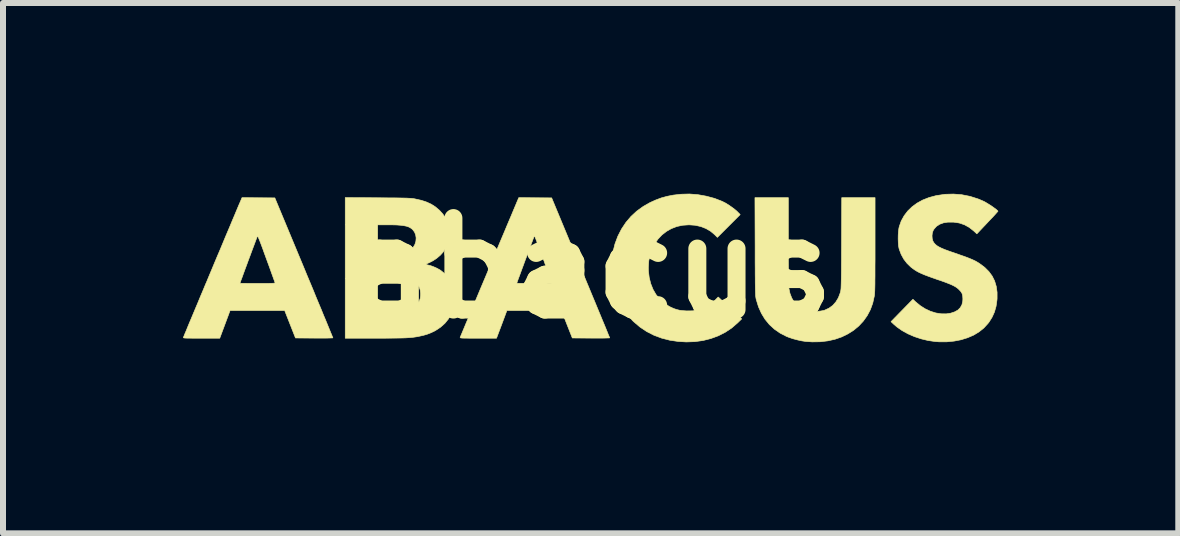
<source format=kicad_pcb>
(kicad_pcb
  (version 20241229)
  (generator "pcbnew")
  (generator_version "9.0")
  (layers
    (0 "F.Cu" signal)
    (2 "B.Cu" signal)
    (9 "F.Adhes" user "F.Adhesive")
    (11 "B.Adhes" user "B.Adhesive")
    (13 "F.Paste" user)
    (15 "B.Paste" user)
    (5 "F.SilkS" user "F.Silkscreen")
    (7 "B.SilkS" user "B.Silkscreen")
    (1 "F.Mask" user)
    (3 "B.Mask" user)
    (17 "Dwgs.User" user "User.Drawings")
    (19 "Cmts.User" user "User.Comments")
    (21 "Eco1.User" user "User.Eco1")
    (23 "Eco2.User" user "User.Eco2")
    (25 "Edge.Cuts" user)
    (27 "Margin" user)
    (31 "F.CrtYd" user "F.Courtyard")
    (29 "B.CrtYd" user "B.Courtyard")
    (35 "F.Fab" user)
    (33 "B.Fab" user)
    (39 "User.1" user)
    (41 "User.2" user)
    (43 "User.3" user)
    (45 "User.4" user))
  (footprint "abacus"
    (layer "F.Cu")
    (at 6.79 1.418)
    (property "Reference" "abacus" (at 0 0 0) (layer "F.SilkS") (effects (font (size 1.524 1.524) (thickness 0.3))))
    (attr through_hole)
    (fp_poly (pts (xy 1.786 -1.225) (xy 1.926 -1.2) (xy 2.064 -1.163) (xy 2.195 -1.112) (xy 2.198 -1.11) (xy 2.244 -1.087) (xy 2.295 -1.056) (xy 2.347 -1.02) (xy 2.396 -0.984) (xy 2.436 -0.95) (xy 2.447 -0.939) (xy 2.492 -0.893) (xy 2.302 -0.703) (xy 2.112 -0.513) (xy 2.065 -0.56) (xy 1.998 -0.616) (xy 1.921 -0.661) (xy 1.835 -0.694) (xy 1.742 -0.715) (xy 1.642 -0.722) (xy 1.635 -0.722) (xy 1.532 -0.715) (xy 1.435 -0.694) (xy 1.345 -0.659) (xy 1.262 -0.612) (xy 1.188 -0.554) (xy 1.123 -0.485) (xy 1.068 -0.406) (xy 1.023 -0.319) (xy 0.99 -0.224) (xy 0.969 -0.122) (xy 0.962 -0.014) (xy 0.963 0.044) (xy 0.976 0.155) (xy 1.002 0.259) (xy 1.04 0.354) (xy 1.09 0.44) (xy 1.151 0.516) (xy 1.224 0.581) (xy 1.306 0.635) (xy 1.337 0.651) (xy 1.389 0.674) (xy 1.437 0.69) (xy 1.487 0.702) (xy 1.543 0.708) (xy 1.596 0.712) (xy 1.698 0.711) (xy 1.792 0.697) (xy 1.878 0.67) (xy 1.957 0.629) (xy 2.03 0.574) (xy 2.074 0.533) (xy 2.126 0.48) (xy 2.321 0.662) (xy 2.517 0.845) (xy 2.447 0.913) (xy 2.35 0.997) (xy 2.243 1.068) (xy 2.127 1.127) (xy 2.004 1.172) (xy 1.874 1.205) (xy 1.737 1.224) (xy 1.594 1.229) (xy 1.459 1.221) (xy 1.318 1.2) (xy 1.182 1.165) (xy 1.054 1.117) (xy 0.933 1.055) (xy 0.821 0.98) (xy 0.718 0.892) (xy 0.698 0.873) (xy 0.608 0.771) (xy 0.53 0.661) (xy 0.466 0.541) (xy 0.414 0.413) (xy 0.377 0.277) (xy 0.371 0.252) (xy 0.365 0.218) (xy 0.36 0.187) (xy 0.357 0.155) (xy 0.355 0.118) (xy 0.354 0.073) (xy 0.353 0.017) (xy 0.353 -0.008) (xy 0.354 -0.069) (xy 0.354 -0.117) (xy 0.356 -0.157) (xy 0.359 -0.19) (xy 0.363 -0.222) (xy 0.369 -0.254) (xy 0.372 -0.269) (xy 0.406 -0.405) (xy 0.454 -0.533) (xy 0.515 -0.652) (xy 0.588 -0.762) (xy 0.672 -0.861) (xy 0.768 -0.95) (xy 0.876 -1.028) (xy 0.988 -1.092) (xy 1.085 -1.136) (xy 1.179 -1.171) (xy 1.274 -1.197) (xy 1.375 -1.217) (xy 1.486 -1.23) (xy 1.506 -1.232) (xy 1.645 -1.236) (xy 1.786 -1.225)) (stroke (width 0.01) (type solid)) (fill yes) (layer "F.SilkS"))
    (fp_poly (pts (xy 3.016 -1.175) (xy 3.294 -1.175) (xy 3.294 -0.45) (xy 3.294 -0.331) (xy 3.295 -0.218) (xy 3.295 -0.113) (xy 3.296 -0.017) (xy 3.296 0.069) (xy 3.297 0.145) (xy 3.298 0.21) (xy 3.299 0.262) (xy 3.3 0.3) (xy 3.302 0.324) (xy 3.302 0.329) (xy 3.321 0.419) (xy 3.351 0.497) (xy 3.392 0.565) (xy 3.443 0.622) (xy 3.504 0.667) (xy 3.574 0.699) (xy 3.616 0.711) (xy 3.663 0.718) (xy 3.719 0.721) (xy 3.777 0.72) (xy 3.833 0.714) (xy 3.882 0.705) (xy 3.901 0.699) (xy 3.972 0.666) (xy 4.035 0.62) (xy 4.086 0.562) (xy 4.128 0.493) (xy 4.158 0.413) (xy 4.164 0.393) (xy 4.166 0.383) (xy 4.168 0.371) (xy 4.17 0.357) (xy 4.172 0.339) (xy 4.173 0.317) (xy 4.174 0.289) (xy 4.175 0.255) (xy 4.176 0.213) (xy 4.177 0.163) (xy 4.178 0.104) (xy 4.179 0.033) (xy 4.179 -0.048) (xy 4.18 -0.142) (xy 4.18 -0.25) (xy 4.181 -0.372) (xy 4.181 -0.419) (xy 4.184 -1.175) (xy 4.739 -1.175) (xy 4.739 -0.391) (xy 4.739 -0.258) (xy 4.739 -0.141) (xy 4.738 -0.037) (xy 4.738 0.053) (xy 4.738 0.132) (xy 4.737 0.2) (xy 4.737 0.258) (xy 4.736 0.306) (xy 4.735 0.347) (xy 4.734 0.381) (xy 4.732 0.408) (xy 4.731 0.431) (xy 4.729 0.449) (xy 4.727 0.464) (xy 4.726 0.468) (xy 4.7 0.584) (xy 4.661 0.691) (xy 4.608 0.791) (xy 4.544 0.881) (xy 4.469 0.962) (xy 4.384 1.033) (xy 4.288 1.094) (xy 4.184 1.145) (xy 4.072 1.184) (xy 3.952 1.211) (xy 3.825 1.226) (xy 3.691 1.228) (xy 3.585 1.221) (xy 3.518 1.211) (xy 3.445 1.195) (xy 3.37 1.175) (xy 3.302 1.152) (xy 3.264 1.137) (xy 3.157 1.082) (xy 3.062 1.016) (xy 2.978 0.939) (xy 2.906 0.851) (xy 2.846 0.753) (xy 2.797 0.644) (xy 2.76 0.524) (xy 2.76 0.524) (xy 2.757 0.513) (xy 2.755 0.501) (xy 2.753 0.489) (xy 2.751 0.475) (xy 2.749 0.458) (xy 2.748 0.436) (xy 2.747 0.41) (xy 2.746 0.378) (xy 2.745 0.339) (xy 2.744 0.293) (xy 2.743 0.237) (xy 2.743 0.171) (xy 2.742 0.095) (xy 2.742 0.007) (xy 2.741 -0.094) (xy 2.741 -0.209) (xy 2.741 -0.338) (xy 2.741 -0.359) (xy 2.738 -1.175) (xy 3.016 -1.175)) (stroke (width 0.01) (type solid)) (fill yes) (layer "F.SilkS"))
    (fp_poly (pts (xy -5.534 -1.173) (xy -5.261 -1.171) (xy -4.777 -0.008) (xy -4.724 0.121) (xy -4.671 0.247) (xy -4.621 0.367) (xy -4.574 0.483) (xy -4.529 0.591) (xy -4.486 0.693) (xy -4.448 0.787) (xy -4.412 0.872) (xy -4.381 0.948) (xy -4.354 1.014) (xy -4.332 1.068) (xy -4.314 1.111) (xy -4.302 1.141) (xy -4.295 1.157) (xy -4.294 1.161) (xy -4.302 1.162) (xy -4.324 1.163) (xy -4.358 1.164) (xy -4.403 1.165) (xy -4.457 1.165) (xy -4.519 1.165) (xy -4.586 1.165) (xy -4.605 1.165) (xy -4.917 1.163) (xy -5.097 0.706) (xy -6.007 0.706) (xy -6.093 0.937) (xy -6.179 1.167) (xy -6.484 1.167) (xy -6.561 1.167) (xy -6.625 1.167) (xy -6.675 1.166) (xy -6.713 1.166) (xy -6.742 1.165) (xy -6.762 1.164) (xy -6.775 1.162) (xy -6.782 1.16) (xy -6.785 1.157) (xy -6.785 1.153) (xy -6.785 1.153) (xy -6.781 1.145) (xy -6.772 1.123) (xy -6.758 1.088) (xy -6.738 1.042) (xy -6.715 0.985) (xy -6.687 0.917) (xy -6.655 0.842) (xy -6.62 0.758) (xy -6.582 0.667) (xy -6.541 0.57) (xy -6.499 0.468) (xy -6.454 0.362) (xy -6.409 0.253) (xy -6.407 0.251) (xy -5.842 0.251) (xy -5.834 0.251) (xy -5.813 0.252) (xy -5.778 0.253) (xy -5.734 0.253) (xy -5.68 0.254) (xy -5.619 0.254) (xy -5.553 0.254) (xy -5.547 0.254) (xy -5.468 0.254) (xy -5.404 0.254) (xy -5.353 0.253) (xy -5.314 0.252) (xy -5.287 0.251) (xy -5.268 0.249) (xy -5.259 0.247) (xy -5.257 0.244) (xy -5.257 0.244) (xy -5.26 0.235) (xy -5.268 0.212) (xy -5.281 0.177) (xy -5.297 0.132) (xy -5.317 0.077) (xy -5.339 0.015) (xy -5.364 -0.054) (xy -5.391 -0.127) (xy -5.402 -0.157) (xy -5.436 -0.25) (xy -5.465 -0.331) (xy -5.491 -0.4) (xy -5.512 -0.455) (xy -5.529 -0.496) (xy -5.541 -0.523) (xy -5.548 -0.537) (xy -5.549 -0.537) (xy -5.553 -0.528) (xy -5.562 -0.506) (xy -5.575 -0.472) (xy -5.591 -0.429) (xy -5.61 -0.378) (xy -5.632 -0.32) (xy -5.655 -0.258) (xy -5.679 -0.193) (xy -5.704 -0.127) (xy -5.728 -0.061) (xy -5.752 0.003) (xy -5.774 0.063) (xy -5.794 0.118) (xy -5.811 0.165) (xy -5.826 0.204) (xy -5.836 0.232) (xy -5.841 0.248) (xy -5.842 0.251) (xy -6.407 0.251) (xy -6.362 0.142) (xy -6.315 0.03) (xy -6.268 -0.083) (xy -6.221 -0.195) (xy -6.174 -0.305) (xy -6.129 -0.413) (xy -6.086 -0.517) (xy -6.044 -0.616) (xy -6.004 -0.71) (xy -5.968 -0.797) (xy -5.934 -0.877) (xy -5.904 -0.949) (xy -5.878 -1.011) (xy -5.856 -1.063) (xy -5.838 -1.104) (xy -5.826 -1.132) (xy -5.824 -1.137) (xy -5.808 -1.175) (xy -5.534 -1.173)) (stroke (width 0.01) (type solid)) (fill yes) (layer "F.SilkS"))
    (fp_poly (pts (xy -0.923 -1.173) (xy -0.649 -1.171) (xy -0.166 -0.008) (xy -0.112 0.121) (xy -0.06 0.247) (xy -0.01 0.367) (xy 0.038 0.483) (xy 0.083 0.591) (xy 0.125 0.693) (xy 0.164 0.787) (xy 0.199 0.872) (xy 0.231 0.948) (xy 0.258 1.014) (xy 0.28 1.068) (xy 0.297 1.111) (xy 0.31 1.141) (xy 0.316 1.157) (xy 0.318 1.161) (xy 0.31 1.162) (xy 0.288 1.163) (xy 0.254 1.164) (xy 0.209 1.165) (xy 0.154 1.165) (xy 0.093 1.165) (xy 0.026 1.165) (xy 0.006 1.165) (xy -0.305 1.163) (xy -0.395 0.935) (xy -0.485 0.706) (xy -1.395 0.706) (xy -1.481 0.937) (xy -1.568 1.167) (xy -1.872 1.167) (xy -1.95 1.167) (xy -2.013 1.167) (xy -2.063 1.166) (xy -2.102 1.166) (xy -2.13 1.165) (xy -2.15 1.164) (xy -2.163 1.162) (xy -2.17 1.16) (xy -2.173 1.157) (xy -2.173 1.153) (xy -2.173 1.153) (xy -2.17 1.145) (xy -2.161 1.123) (xy -2.146 1.088) (xy -2.127 1.042) (xy -2.103 0.985) (xy -2.075 0.917) (xy -2.043 0.842) (xy -2.008 0.758) (xy -1.97 0.667) (xy -1.93 0.57) (xy -1.887 0.468) (xy -1.843 0.362) (xy -1.797 0.253) (xy -1.796 0.251) (xy -1.23 0.251) (xy -1.223 0.251) (xy -1.201 0.252) (xy -1.167 0.253) (xy -1.122 0.253) (xy -1.068 0.254) (xy -1.007 0.254) (xy -0.941 0.254) (xy -0.936 0.254) (xy -0.857 0.254) (xy -0.792 0.254) (xy -0.741 0.253) (xy -0.703 0.252) (xy -0.675 0.251) (xy -0.657 0.249) (xy -0.647 0.247) (xy -0.645 0.244) (xy -0.645 0.244) (xy -0.648 0.235) (xy -0.656 0.212) (xy -0.669 0.177) (xy -0.685 0.132) (xy -0.705 0.077) (xy -0.728 0.015) (xy -0.753 -0.054) (xy -0.779 -0.127) (xy -0.79 -0.157) (xy -0.824 -0.25) (xy -0.854 -0.331) (xy -0.879 -0.4) (xy -0.901 -0.455) (xy -0.917 -0.496) (xy -0.929 -0.523) (xy -0.936 -0.537) (xy -0.938 -0.537) (xy -0.942 -0.528) (xy -0.95 -0.506) (xy -0.963 -0.472) (xy -0.979 -0.429) (xy -0.998 -0.378) (xy -1.02 -0.32) (xy -1.043 -0.258) (xy -1.067 -0.193) (xy -1.092 -0.127) (xy -1.116 -0.061) (xy -1.14 0.003) (xy -1.162 0.063) (xy -1.182 0.118) (xy -1.2 0.165) (xy -1.214 0.204) (xy -1.224 0.232) (xy -1.229 0.248) (xy -1.23 0.251) (xy -1.796 0.251) (xy -1.75 0.142) (xy -1.703 0.03) (xy -1.656 -0.083) (xy -1.609 -0.195) (xy -1.563 -0.305) (xy -1.518 -0.413) (xy -1.474 -0.517) (xy -1.432 -0.616) (xy -1.393 -0.71) (xy -1.356 -0.797) (xy -1.322 -0.877) (xy -1.292 -0.949) (xy -1.266 -1.011) (xy -1.244 -1.063) (xy -1.227 -1.104) (xy -1.215 -1.132) (xy -1.213 -1.137) (xy -1.197 -1.175) (xy -0.923 -1.173)) (stroke (width 0.01) (type solid)) (fill yes) (layer "F.SilkS"))
    (fp_poly (pts (xy 6.183 -1.224) (xy 6.32 -1.197) (xy 6.455 -1.154) (xy 6.536 -1.12) (xy 6.567 -1.105) (xy 6.602 -1.084) (xy 6.64 -1.061) (xy 6.679 -1.036) (xy 6.714 -1.011) (xy 6.746 -0.988) (xy 6.769 -0.969) (xy 6.784 -0.954) (xy 6.787 -0.948) (xy 6.781 -0.942) (xy 6.766 -0.925) (xy 6.743 -0.899) (xy 6.713 -0.866) (xy 6.677 -0.828) (xy 6.636 -0.785) (xy 6.611 -0.758) (xy 6.435 -0.572) (xy 6.381 -0.622) (xy 6.307 -0.68) (xy 6.227 -0.724) (xy 6.14 -0.753) (xy 6.047 -0.767) (xy 6.036 -0.767) (xy 5.952 -0.767) (xy 5.878 -0.755) (xy 5.815 -0.732) (xy 5.763 -0.698) (xy 5.723 -0.653) (xy 5.706 -0.625) (xy 5.693 -0.586) (xy 5.688 -0.54) (xy 5.691 -0.494) (xy 5.702 -0.454) (xy 5.705 -0.448) (xy 5.721 -0.422) (xy 5.742 -0.398) (xy 5.768 -0.376) (xy 5.802 -0.355) (xy 5.846 -0.333) (xy 5.901 -0.31) (xy 5.969 -0.285) (xy 6.009 -0.271) (xy 6.095 -0.242) (xy 6.167 -0.216) (xy 6.228 -0.195) (xy 6.279 -0.176) (xy 6.321 -0.159) (xy 6.357 -0.144) (xy 6.388 -0.13) (xy 6.416 -0.116) (xy 6.442 -0.101) (xy 6.468 -0.085) (xy 6.483 -0.075) (xy 6.566 -0.013) (xy 6.635 0.056) (xy 6.69 0.131) (xy 6.731 0.213) (xy 6.758 0.303) (xy 6.772 0.401) (xy 6.772 0.507) (xy 6.77 0.532) (xy 6.755 0.636) (xy 6.728 0.731) (xy 6.688 0.819) (xy 6.635 0.903) (xy 6.617 0.925) (xy 6.55 0.998) (xy 6.47 1.062) (xy 6.38 1.116) (xy 6.28 1.159) (xy 6.171 1.193) (xy 6.056 1.215) (xy 5.934 1.227) (xy 5.807 1.227) (xy 5.739 1.222) (xy 5.622 1.205) (xy 5.506 1.177) (xy 5.394 1.14) (xy 5.288 1.094) (xy 5.19 1.04) (xy 5.104 0.98) (xy 5.056 0.939) (xy 5.005 0.891) (xy 5.187 0.705) (xy 5.37 0.518) (xy 5.417 0.563) (xy 5.494 0.626) (xy 5.576 0.678) (xy 5.662 0.718) (xy 5.751 0.746) (xy 5.839 0.76) (xy 5.926 0.761) (xy 5.999 0.75) (xy 6.065 0.728) (xy 6.119 0.698) (xy 6.159 0.658) (xy 6.186 0.61) (xy 6.2 0.552) (xy 6.202 0.512) (xy 6.199 0.463) (xy 6.189 0.423) (xy 6.168 0.389) (xy 6.135 0.354) (xy 6.129 0.348) (xy 6.105 0.328) (xy 6.077 0.309) (xy 6.044 0.291) (xy 6.004 0.272) (xy 5.954 0.252) (xy 5.894 0.229) (xy 5.821 0.203) (xy 5.786 0.192) (xy 5.701 0.162) (xy 5.629 0.136) (xy 5.568 0.113) (xy 5.516 0.091) (xy 5.472 0.071) (xy 5.433 0.05) (xy 5.398 0.028) (xy 5.365 0.004) (xy 5.336 -0.018) (xy 5.273 -0.079) (xy 5.218 -0.15) (xy 5.174 -0.23) (xy 5.143 -0.313) (xy 5.138 -0.33) (xy 5.13 -0.374) (xy 5.126 -0.429) (xy 5.124 -0.49) (xy 5.125 -0.553) (xy 5.129 -0.613) (xy 5.136 -0.665) (xy 5.142 -0.692) (xy 5.175 -0.786) (xy 5.223 -0.873) (xy 5.283 -0.952) (xy 5.355 -1.022) (xy 5.439 -1.084) (xy 5.534 -1.136) (xy 5.639 -1.177) (xy 5.754 -1.208) (xy 5.765 -1.21) (xy 5.905 -1.231) (xy 6.045 -1.235) (xy 6.183 -1.224)) (stroke (width 0.01) (type solid)) (fill yes) (layer "F.SilkS"))
    (fp_poly (pts (xy -3.546 -1.173) (xy -3.439 -1.172) (xy -3.347 -1.171) (xy -3.268 -1.171) (xy -3.202 -1.17) (xy -3.145 -1.169) (xy -3.099 -1.168) (xy -3.06 -1.167) (xy -3.028 -1.165) (xy -3.001 -1.164) (xy -2.979 -1.162) (xy -2.959 -1.16) (xy -2.941 -1.157) (xy -2.924 -1.154) (xy -2.917 -1.152) (xy -2.818 -1.13) (xy -2.731 -1.101) (xy -2.655 -1.066) (xy -2.588 -1.023) (xy -2.526 -0.971) (xy -2.515 -0.961) (xy -2.463 -0.903) (xy -2.423 -0.845) (xy -2.395 -0.783) (xy -2.377 -0.715) (xy -2.368 -0.639) (xy -2.368 -0.552) (xy -2.371 -0.495) (xy -2.377 -0.449) (xy -2.386 -0.409) (xy -2.4 -0.369) (xy -2.421 -0.325) (xy -2.424 -0.32) (xy -2.457 -0.268) (xy -2.503 -0.217) (xy -2.559 -0.169) (xy -2.621 -0.127) (xy -2.686 -0.093) (xy -2.692 -0.091) (xy -2.718 -0.079) (xy -2.736 -0.07) (xy -2.742 -0.064) (xy -2.742 -0.063) (xy -2.733 -0.059) (xy -2.714 -0.054) (xy -2.705 -0.052) (xy -2.666 -0.042) (xy -2.619 -0.025) (xy -2.569 -0.003) (xy -2.522 0.022) (xy -2.499 0.036) (xy -2.433 0.09) (xy -2.375 0.155) (xy -2.328 0.229) (xy -2.294 0.308) (xy -2.282 0.353) (xy -2.275 0.397) (xy -2.272 0.451) (xy -2.272 0.51) (xy -2.274 0.57) (xy -2.28 0.625) (xy -2.288 0.67) (xy -2.29 0.679) (xy -2.322 0.766) (xy -2.369 0.846) (xy -2.428 0.919) (xy -2.5 0.983) (xy -2.583 1.038) (xy -2.615 1.055) (xy -2.672 1.081) (xy -2.727 1.102) (xy -2.786 1.119) (xy -2.854 1.134) (xy -2.887 1.141) (xy -2.92 1.146) (xy -2.954 1.151) (xy -2.991 1.155) (xy -3.033 1.158) (xy -3.079 1.161) (xy -3.133 1.163) (xy -3.195 1.164) (xy -3.267 1.165) (xy -3.35 1.166) (xy -3.446 1.167) (xy -3.555 1.167) (xy -3.598 1.167) (xy -4.088 1.167) (xy -4.088 0.706) (xy -3.548 0.706) (xy -3.352 0.706) (xy -3.294 0.706) (xy -3.24 0.705) (xy -3.19 0.704) (xy -3.15 0.702) (xy -3.12 0.7) (xy -3.108 0.699) (xy -3.034 0.682) (xy -2.973 0.66) (xy -2.924 0.629) (xy -2.884 0.591) (xy -2.876 0.581) (xy -2.854 0.546) (xy -2.84 0.508) (xy -2.834 0.462) (xy -2.833 0.424) (xy -2.839 0.365) (xy -2.855 0.314) (xy -2.884 0.273) (xy -2.926 0.239) (xy -2.98 0.212) (xy -3.049 0.192) (xy -3.08 0.186) (xy -3.115 0.182) (xy -3.166 0.178) (xy -3.232 0.176) (xy -3.313 0.175) (xy -3.344 0.175) (xy -3.548 0.175) (xy -3.548 0.706) (xy -4.088 0.706) (xy -4.088 -0.246) (xy -3.548 -0.246) (xy -3.364 -0.246) (xy -3.308 -0.246) (xy -3.255 -0.247) (xy -3.207 -0.249) (xy -3.167 -0.251) (xy -3.139 -0.254) (xy -3.131 -0.255) (xy -3.078 -0.269) (xy -3.028 -0.29) (xy -2.986 -0.318) (xy -2.955 -0.348) (xy -2.927 -0.397) (xy -2.911 -0.449) (xy -2.907 -0.504) (xy -2.915 -0.556) (xy -2.935 -0.604) (xy -2.967 -0.645) (xy -2.971 -0.649) (xy -2.998 -0.669) (xy -3.029 -0.686) (xy -3.066 -0.699) (xy -3.111 -0.708) (xy -3.165 -0.715) (xy -3.23 -0.72) (xy -3.309 -0.722) (xy -3.367 -0.722) (xy -3.548 -0.722) (xy -3.548 -0.246) (xy -4.088 -0.246) (xy -4.088 -1.176) (xy -3.546 -1.173)) (stroke (width 0.01) (type solid)) (fill yes) (layer "F.SilkS")))
  (gr_rect
    (start -3 -3)
    (end 16.581 5.836)
    (stroke (width 0.1) (type default))
    (fill no)
    (layer "Edge.Cuts")))
</source>
